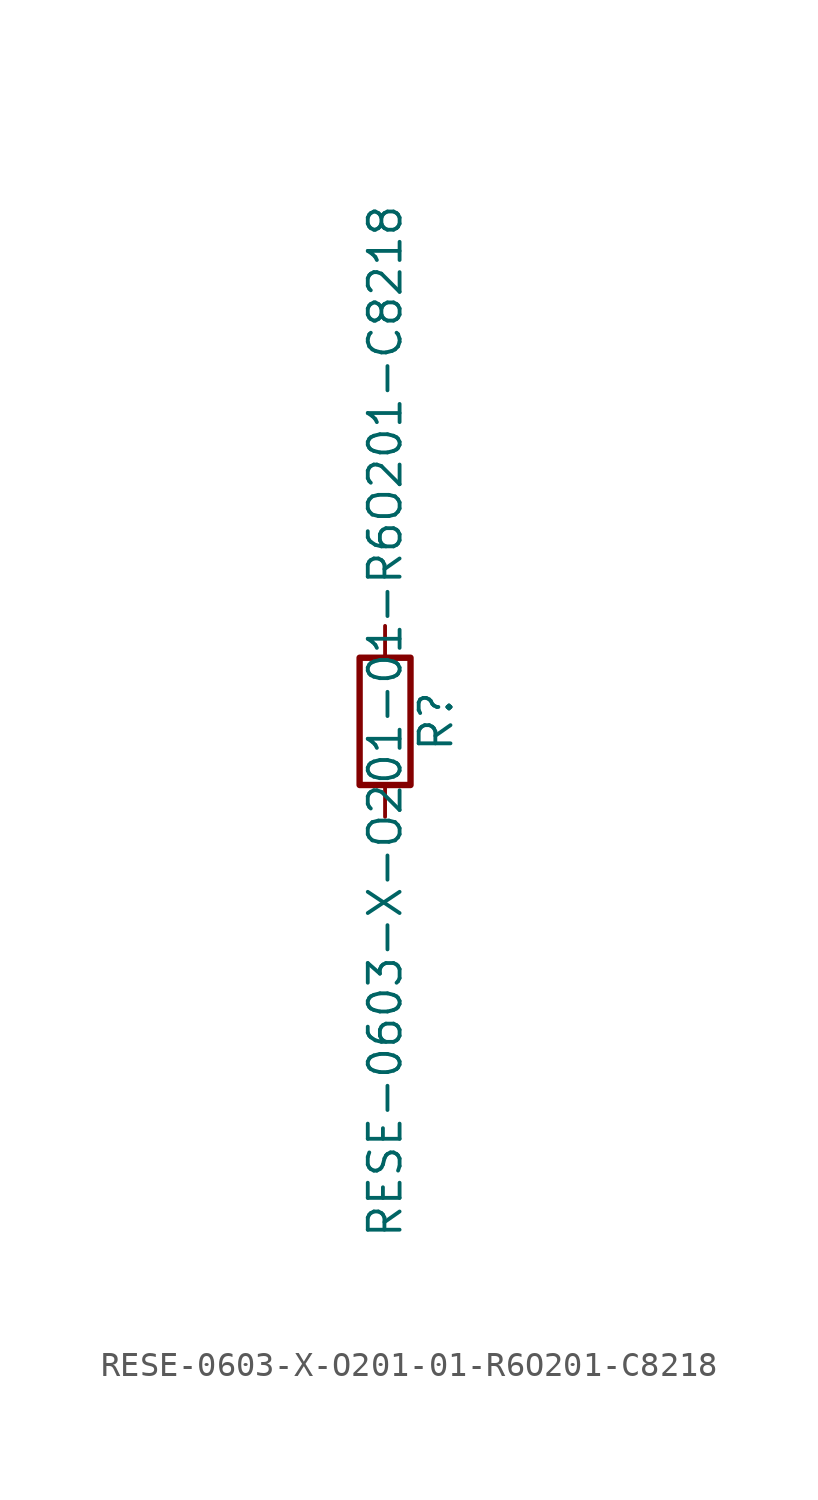
<source format=kicad_sym>
(kicad_symbol_lib
  (version 20211014)
  (generator kicad_symbol_editor)
  (symbol "RESE-0603-X-O201-01-R6O201-C8218"
    (pin_numbers hide)
    (pin_names
      (offset 0))
    (property "Reference" "R"
      (at 2.032 0 90)
      (effects (font (size 1.27 1.27))))
    (property "Value" "RESE-0603-X-O201-01-R6O201-C8218"
      (at 0 0 90)
      (effects (font (size 1.27 1.27))))
    (symbol "RESE-0603-X-O201-01-R6O201-C8218_0_1"
      (rectangle (start -1.016 -2.54) (end 1.016 2.54) (stroke (width 0.254) (type default) (color 0 0 0 0)) (fill (type none))))
    (symbol "RESE-0603-X-O201-01-R6O201-C8218_1_1"
      (pin passive line (at 0 3.81 270) (length 1.27) (name "~" (effects (font (size 1.27 1.27)))) (number "1" (effects (font (size 1.27 1.27)))))
      (pin passive line (at 0 -3.81 90) (length 1.27) (name "~" (effects (font (size 1.27 1.27)))) (number "2" (effects (font (size 1.27 1.27))))))))
</source>
